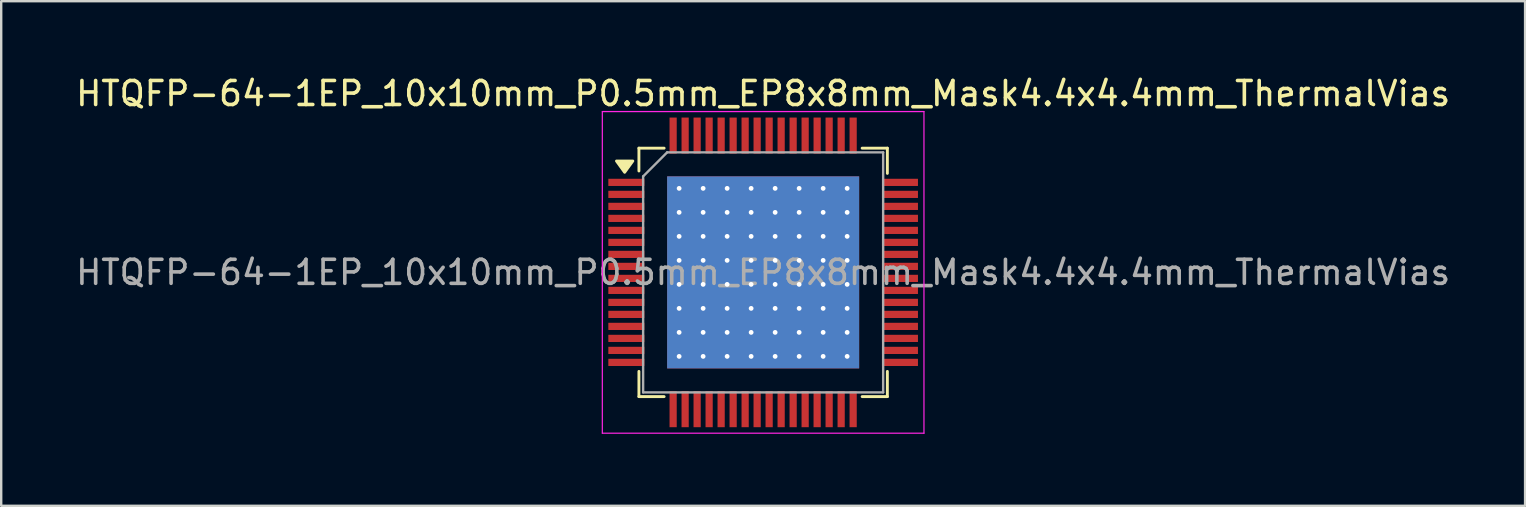
<source format=kicad_pcb>
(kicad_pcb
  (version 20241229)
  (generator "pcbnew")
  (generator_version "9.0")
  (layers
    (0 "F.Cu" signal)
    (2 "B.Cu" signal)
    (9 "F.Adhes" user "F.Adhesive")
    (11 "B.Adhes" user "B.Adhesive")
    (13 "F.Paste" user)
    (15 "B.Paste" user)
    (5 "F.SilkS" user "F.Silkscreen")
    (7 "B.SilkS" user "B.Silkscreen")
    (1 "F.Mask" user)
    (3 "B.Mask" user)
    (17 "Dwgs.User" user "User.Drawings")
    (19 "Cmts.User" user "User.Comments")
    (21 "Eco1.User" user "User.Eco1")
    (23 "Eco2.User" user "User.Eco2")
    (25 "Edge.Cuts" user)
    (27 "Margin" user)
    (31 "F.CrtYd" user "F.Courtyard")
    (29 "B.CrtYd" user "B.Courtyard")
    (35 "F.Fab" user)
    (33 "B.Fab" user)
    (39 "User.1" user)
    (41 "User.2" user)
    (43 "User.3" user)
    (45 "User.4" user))
  (footprint "HTQFP-64-1EP_10x10mm_P0.5mm_EP8x8mm_Mask4.4x4.4mm_ThermalVias"
    (layer "F.Cu")
    (at 28.744 8.298)
    (property "Reference" "HTQFP-64-1EP_10x10mm_P0.5mm_EP8x8mm_Mask4.4x4.4mm_ThermalVias" (at 0 -7.45 0) (layer "F.SilkS") (effects (font (size 1 1) (thickness 0.15))))
    (attr smd)
    (fp_line (start -5.175 -5.175) (end -5.175 -4.225) (stroke (width 0.12) (type solid)) (layer "F.SilkS"))
    (fp_line (start -5.175 -5.175) (end -4.125 -5.175) (stroke (width 0.12) (type solid)) (layer "F.SilkS"))
    (fp_line (start -5.175 5.175) (end -5.175 4.125) (stroke (width 0.12) (type solid)) (layer "F.SilkS"))
    (fp_line (start -5.175 5.175) (end -4.125 5.175) (stroke (width 0.12) (type solid)) (layer "F.SilkS"))
    (fp_line (start 5.175 -5.175) (end 4.125 -5.175) (stroke (width 0.12) (type solid)) (layer "F.SilkS"))
    (fp_line (start 5.175 -5.175) (end 5.175 -4.125) (stroke (width 0.12) (type solid)) (layer "F.SilkS"))
    (fp_line (start 5.175 5.175) (end 4.125 5.175) (stroke (width 0.12) (type solid)) (layer "F.SilkS"))
    (fp_line (start 5.175 5.175) (end 5.175 4.125) (stroke (width 0.12) (type solid)) (layer "F.SilkS"))
    (fp_poly (pts (xy -5.77 -4.17) (xy -6.11 -4.64) (xy -5.43 -4.64) (xy -5.77 -4.17)) (stroke (width 0.12) (type solid)) (fill yes) (layer "F.SilkS"))
    (fp_line (start -6.7 -6.7) (end -6.7 6.7) (stroke (width 0.05) (type solid)) (layer "F.CrtYd"))
    (fp_line (start -6.7 -6.7) (end 6.7 -6.7) (stroke (width 0.05) (type solid)) (layer "F.CrtYd"))
    (fp_line (start -6.7 6.7) (end 6.7 6.7) (stroke (width 0.05) (type solid)) (layer "F.CrtYd"))
    (fp_line (start 6.7 -6.7) (end 6.7 6.7) (stroke (width 0.05) (type solid)) (layer "F.CrtYd"))
    (fp_line (start -5 -4) (end -4 -5) (stroke (width 0.1) (type solid)) (layer "F.Fab"))
    (fp_line (start -5 5) (end -5 -4) (stroke (width 0.1) (type solid)) (layer "F.Fab"))
    (fp_line (start -4 -5) (end 5 -5) (stroke (width 0.1) (type solid)) (layer "F.Fab"))
    (fp_line (start 5 -5) (end 5 5) (stroke (width 0.1) (type solid)) (layer "F.Fab"))
    (fp_line (start 5 5) (end -5 5) (stroke (width 0.1) (type solid)) (layer "F.Fab"))
    (fp_text user "${REFERENCE}" (at 0 0 0) (layer "F.Fab") (effects (font (size 1 1) (thickness 0.15))))
    (pad "" smd rect (at -1.1 -1.1 180) (size 1.75 1.75) (layers "F.Paste"))
    (pad "" smd rect (at -1.1 1.1 180) (size 1.75 1.75) (layers "F.Paste"))
    (pad "" smd rect (at 0 0 180) (size 4.4 4.4) (layers "F.Mask"))
    (pad "" smd rect (at 1.1 -1.1 180) (size 1.75 1.75) (layers "F.Paste"))
    (pad "" smd rect (at 1.1 1.1 180) (size 1.75 1.75) (layers "F.Paste"))
    (pad "1" smd rect (at -5.7 -3.75) (size 1.5 0.3) (layers "F.Cu" "F.Mask" "F.Paste"))
    (pad "2" smd rect (at -5.7 -3.25) (size 1.5 0.3) (layers "F.Cu" "F.Mask" "F.Paste"))
    (pad "3" smd rect (at -5.7 -2.75) (size 1.5 0.3) (layers "F.Cu" "F.Mask" "F.Paste"))
    (pad "4" smd rect (at -5.7 -2.25) (size 1.5 0.3) (layers "F.Cu" "F.Mask" "F.Paste"))
    (pad "5" smd rect (at -5.7 -1.75) (size 1.5 0.3) (layers "F.Cu" "F.Mask" "F.Paste"))
    (pad "6" smd rect (at -5.7 -1.25) (size 1.5 0.3) (layers "F.Cu" "F.Mask" "F.Paste"))
    (pad "7" smd rect (at -5.7 -0.75) (size 1.5 0.3) (layers "F.Cu" "F.Mask" "F.Paste"))
    (pad "8" smd rect (at -5.7 -0.25) (size 1.5 0.3) (layers "F.Cu" "F.Mask" "F.Paste"))
    (pad "9" smd rect (at -5.7 0.25) (size 1.5 0.3) (layers "F.Cu" "F.Mask" "F.Paste"))
    (pad "10" smd rect (at -5.7 0.75) (size 1.5 0.3) (layers "F.Cu" "F.Mask" "F.Paste"))
    (pad "11" smd rect (at -5.7 1.25) (size 1.5 0.3) (layers "F.Cu" "F.Mask" "F.Paste"))
    (pad "12" smd rect (at -5.7 1.75) (size 1.5 0.3) (layers "F.Cu" "F.Mask" "F.Paste"))
    (pad "13" smd rect (at -5.7 2.25) (size 1.5 0.3) (layers "F.Cu" "F.Mask" "F.Paste"))
    (pad "14" smd rect (at -5.7 2.75) (size 1.5 0.3) (layers "F.Cu" "F.Mask" "F.Paste"))
    (pad "15" smd rect (at -5.7 3.25) (size 1.5 0.3) (layers "F.Cu" "F.Mask" "F.Paste"))
    (pad "16" smd rect (at -5.7 3.75) (size 1.5 0.3) (layers "F.Cu" "F.Mask" "F.Paste"))
    (pad "17" smd rect (at -3.75 5.7 90) (size 1.5 0.3) (layers "F.Cu" "F.Mask" "F.Paste"))
    (pad "18" smd rect (at -3.25 5.7 90) (size 1.5 0.3) (layers "F.Cu" "F.Mask" "F.Paste"))
    (pad "19" smd rect (at -2.75 5.7 90) (size 1.5 0.3) (layers "F.Cu" "F.Mask" "F.Paste"))
    (pad "20" smd rect (at -2.25 5.7 90) (size 1.5 0.3) (layers "F.Cu" "F.Mask" "F.Paste"))
    (pad "21" smd rect (at -1.75 5.7 90) (size 1.5 0.3) (layers "F.Cu" "F.Mask" "F.Paste"))
    (pad "22" smd rect (at -1.25 5.7 90) (size 1.5 0.3) (layers "F.Cu" "F.Mask" "F.Paste"))
    (pad "23" smd rect (at -0.75 5.7 90) (size 1.5 0.3) (layers "F.Cu" "F.Mask" "F.Paste"))
    (pad "24" smd rect (at -0.25 5.7 90) (size 1.5 0.3) (layers "F.Cu" "F.Mask" "F.Paste"))
    (pad "25" smd rect (at 0.25 5.7 90) (size 1.5 0.3) (layers "F.Cu" "F.Mask" "F.Paste"))
    (pad "26" smd rect (at 0.75 5.7 90) (size 1.5 0.3) (layers "F.Cu" "F.Mask" "F.Paste"))
    (pad "27" smd rect (at 1.25 5.7 90) (size 1.5 0.3) (layers "F.Cu" "F.Mask" "F.Paste"))
    (pad "28" smd rect (at 1.75 5.7 90) (size 1.5 0.3) (layers "F.Cu" "F.Mask" "F.Paste"))
    (pad "29" smd rect (at 2.25 5.7 90) (size 1.5 0.3) (layers "F.Cu" "F.Mask" "F.Paste"))
    (pad "30" smd rect (at 2.75 5.7 90) (size 1.5 0.3) (layers "F.Cu" "F.Mask" "F.Paste"))
    (pad "31" smd rect (at 3.25 5.7 90) (size 1.5 0.3) (layers "F.Cu" "F.Mask" "F.Paste"))
    (pad "32" smd rect (at 3.75 5.7 90) (size 1.5 0.3) (layers "F.Cu" "F.Mask" "F.Paste"))
    (pad "33" smd rect (at 5.7 3.75) (size 1.5 0.3) (layers "F.Cu" "F.Mask" "F.Paste"))
    (pad "34" smd rect (at 5.7 3.25) (size 1.5 0.3) (layers "F.Cu" "F.Mask" "F.Paste"))
    (pad "35" smd rect (at 5.7 2.75) (size 1.5 0.3) (layers "F.Cu" "F.Mask" "F.Paste"))
    (pad "36" smd rect (at 5.7 2.25) (size 1.5 0.3) (layers "F.Cu" "F.Mask" "F.Paste"))
    (pad "37" smd rect (at 5.7 1.75) (size 1.5 0.3) (layers "F.Cu" "F.Mask" "F.Paste"))
    (pad "38" smd rect (at 5.7 1.25) (size 1.5 0.3) (layers "F.Cu" "F.Mask" "F.Paste"))
    (pad "39" smd rect (at 5.7 0.75) (size 1.5 0.3) (layers "F.Cu" "F.Mask" "F.Paste"))
    (pad "40" smd rect (at 5.7 0.25) (size 1.5 0.3) (layers "F.Cu" "F.Mask" "F.Paste"))
    (pad "41" smd rect (at 5.7 -0.25) (size 1.5 0.3) (layers "F.Cu" "F.Mask" "F.Paste"))
    (pad "42" smd rect (at 5.7 -0.75) (size 1.5 0.3) (layers "F.Cu" "F.Mask" "F.Paste"))
    (pad "43" smd rect (at 5.7 -1.25) (size 1.5 0.3) (layers "F.Cu" "F.Mask" "F.Paste"))
    (pad "44" smd rect (at 5.7 -1.75) (size 1.5 0.3) (layers "F.Cu" "F.Mask" "F.Paste"))
    (pad "45" smd rect (at 5.7 -2.25) (size 1.5 0.3) (layers "F.Cu" "F.Mask" "F.Paste"))
    (pad "46" smd rect (at 5.7 -2.75) (size 1.5 0.3) (layers "F.Cu" "F.Mask" "F.Paste"))
    (pad "47" smd rect (at 5.7 -3.25) (size 1.5 0.3) (layers "F.Cu" "F.Mask" "F.Paste"))
    (pad "48" smd rect (at 5.7 -3.75) (size 1.5 0.3) (layers "F.Cu" "F.Mask" "F.Paste"))
    (pad "49" smd rect (at 3.75 -5.7 90) (size 1.5 0.3) (layers "F.Cu" "F.Mask" "F.Paste"))
    (pad "50" smd rect (at 3.25 -5.7 90) (size 1.5 0.3) (layers "F.Cu" "F.Mask" "F.Paste"))
    (pad "51" smd rect (at 2.75 -5.7 90) (size 1.5 0.3) (layers "F.Cu" "F.Mask" "F.Paste"))
    (pad "52" smd rect (at 2.25 -5.7 90) (size 1.5 0.3) (layers "F.Cu" "F.Mask" "F.Paste"))
    (pad "53" smd rect (at 1.75 -5.7 90) (size 1.5 0.3) (layers "F.Cu" "F.Mask" "F.Paste"))
    (pad "54" smd rect (at 1.25 -5.7 90) (size 1.5 0.3) (layers "F.Cu" "F.Mask" "F.Paste"))
    (pad "55" smd rect (at 0.75 -5.7 90) (size 1.5 0.3) (layers "F.Cu" "F.Mask" "F.Paste"))
    (pad "56" smd rect (at 0.25 -5.7 90) (size 1.5 0.3) (layers "F.Cu" "F.Mask" "F.Paste"))
    (pad "57" smd rect (at -0.25 -5.7 90) (size 1.5 0.3) (layers "F.Cu" "F.Mask" "F.Paste"))
    (pad "58" smd rect (at -0.75 -5.7 90) (size 1.5 0.3) (layers "F.Cu" "F.Mask" "F.Paste"))
    (pad "59" smd rect (at -1.25 -5.7 90) (size 1.5 0.3) (layers "F.Cu" "F.Mask" "F.Paste"))
    (pad "60" smd rect (at -1.75 -5.7 90) (size 1.5 0.3) (layers "F.Cu" "F.Mask" "F.Paste"))
    (pad "61" smd rect (at -2.25 -5.7 90) (size 1.5 0.3) (layers "F.Cu" "F.Mask" "F.Paste"))
    (pad "62" smd rect (at -2.75 -5.7 90) (size 1.5 0.3) (layers "F.Cu" "F.Mask" "F.Paste"))
    (pad "63" smd rect (at -3.25 -5.7 90) (size 1.5 0.3) (layers "F.Cu" "F.Mask" "F.Paste"))
    (pad "64" smd rect (at -3.75 -5.7 90) (size 1.5 0.3) (layers "F.Cu" "F.Mask" "F.Paste"))
    (pad "65" thru_hole circle (at -3.5 -3.5 90) (size 0.5 0.5) (drill 0.2) (layers "*.Cu"))
    (pad "65" thru_hole circle (at -3.5 -2.5 90) (size 0.5 0.5) (drill 0.2) (layers "*.Cu"))
    (pad "65" thru_hole circle (at -3.5 -1.5 90) (size 0.5 0.5) (drill 0.2) (layers "*.Cu"))
    (pad "65" thru_hole circle (at -3.5 -0.5 90) (size 0.5 0.5) (drill 0.2) (layers "*.Cu"))
    (pad "65" thru_hole circle (at -3.5 0.5 90) (size 0.5 0.5) (drill 0.2) (layers "*.Cu"))
    (pad "65" thru_hole circle (at -3.5 1.5 90) (size 0.5 0.5) (drill 0.2) (layers "*.Cu"))
    (pad "65" thru_hole circle (at -3.5 2.5 90) (size 0.5 0.5) (drill 0.2) (layers "*.Cu"))
    (pad "65" thru_hole circle (at -3.5 3.5 90) (size 0.5 0.5) (drill 0.2) (layers "*.Cu"))
    (pad "65" thru_hole circle (at -2.5 -3.5 90) (size 0.5 0.5) (drill 0.2) (layers "*.Cu"))
    (pad "65" thru_hole circle (at -2.5 -2.5 90) (size 0.5 0.5) (drill 0.2) (layers "*.Cu"))
    (pad "65" thru_hole circle (at -2.5 -1.5 90) (size 0.5 0.5) (drill 0.2) (layers "*.Cu"))
    (pad "65" thru_hole circle (at -2.5 -0.5 90) (size 0.5 0.5) (drill 0.2) (layers "*.Cu"))
    (pad "65" thru_hole circle (at -2.5 0.5 90) (size 0.5 0.5) (drill 0.2) (layers "*.Cu"))
    (pad "65" thru_hole circle (at -2.5 1.5 90) (size 0.5 0.5) (drill 0.2) (layers "*.Cu"))
    (pad "65" thru_hole circle (at -2.5 2.5 90) (size 0.5 0.5) (drill 0.2) (layers "*.Cu"))
    (pad "65" thru_hole circle (at -2.5 3.5 90) (size 0.5 0.5) (drill 0.2) (layers "*.Cu"))
    (pad "65" thru_hole circle (at -1.5 -3.5 90) (size 0.5 0.5) (drill 0.2) (layers "*.Cu"))
    (pad "65" thru_hole circle (at -1.5 -2.5 90) (size 0.5 0.5) (drill 0.2) (layers "*.Cu"))
    (pad "65" thru_hole circle (at -1.5 -1.5 90) (size 0.5 0.5) (drill 0.2) (layers "*.Cu"))
    (pad "65" thru_hole circle (at -1.5 -0.5 90) (size 0.5 0.5) (drill 0.2) (layers "*.Cu"))
    (pad "65" thru_hole circle (at -1.5 0.5 90) (size 0.5 0.5) (drill 0.2) (layers "*.Cu"))
    (pad "65" thru_hole circle (at -1.5 1.5 90) (size 0.5 0.5) (drill 0.2) (layers "*.Cu"))
    (pad "65" thru_hole circle (at -1.5 2.5 90) (size 0.5 0.5) (drill 0.2) (layers "*.Cu"))
    (pad "65" thru_hole circle (at -1.5 3.5 90) (size 0.5 0.5) (drill 0.2) (layers "*.Cu"))
    (pad "65" thru_hole circle (at -0.5 -3.5 90) (size 0.5 0.5) (drill 0.2) (layers "*.Cu"))
    (pad "65" thru_hole circle (at -0.5 -2.5 90) (size 0.5 0.5) (drill 0.2) (layers "*.Cu"))
    (pad "65" thru_hole circle (at -0.5 -1.5 90) (size 0.5 0.5) (drill 0.2) (layers "*.Cu"))
    (pad "65" thru_hole circle (at -0.5 -0.5 90) (size 0.5 0.5) (drill 0.2) (layers "*.Cu"))
    (pad "65" thru_hole circle (at -0.5 0.5 90) (size 0.5 0.5) (drill 0.2) (layers "*.Cu"))
    (pad "65" thru_hole circle (at -0.5 1.5 90) (size 0.5 0.5) (drill 0.2) (layers "*.Cu"))
    (pad "65" thru_hole circle (at -0.5 2.5 90) (size 0.5 0.5) (drill 0.2) (layers "*.Cu"))
    (pad "65" thru_hole circle (at -0.5 3.5 90) (size 0.5 0.5) (drill 0.2) (layers "*.Cu"))
    (pad "65" smd rect (at 0 0 180) (size 8 8) (layers "F.Cu"))
    (pad "65" smd rect (at 0 0 180) (size 8 8) (layers "B.Cu"))
    (pad "65" thru_hole circle (at 0.5 -3.5 90) (size 0.5 0.5) (drill 0.2) (layers "*.Cu"))
    (pad "65" thru_hole circle (at 0.5 -2.5 90) (size 0.5 0.5) (drill 0.2) (layers "*.Cu"))
    (pad "65" thru_hole circle (at 0.5 -1.5 90) (size 0.5 0.5) (drill 0.2) (layers "*.Cu"))
    (pad "65" thru_hole circle (at 0.5 -0.5 90) (size 0.5 0.5) (drill 0.2) (layers "*.Cu"))
    (pad "65" thru_hole circle (at 0.5 0.5 90) (size 0.5 0.5) (drill 0.2) (layers "*.Cu"))
    (pad "65" thru_hole circle (at 0.5 1.5 90) (size 0.5 0.5) (drill 0.2) (layers "*.Cu"))
    (pad "65" thru_hole circle (at 0.5 2.5 90) (size 0.5 0.5) (drill 0.2) (layers "*.Cu"))
    (pad "65" thru_hole circle (at 0.5 3.5 90) (size 0.5 0.5) (drill 0.2) (layers "*.Cu"))
    (pad "65" thru_hole circle (at 1.5 -3.5 90) (size 0.5 0.5) (drill 0.2) (layers "*.Cu"))
    (pad "65" thru_hole circle (at 1.5 -2.5 90) (size 0.5 0.5) (drill 0.2) (layers "*.Cu"))
    (pad "65" thru_hole circle (at 1.5 -1.5 90) (size 0.5 0.5) (drill 0.2) (layers "*.Cu"))
    (pad "65" thru_hole circle (at 1.5 -0.5 90) (size 0.5 0.5) (drill 0.2) (layers "*.Cu"))
    (pad "65" thru_hole circle (at 1.5 0.5 90) (size 0.5 0.5) (drill 0.2) (layers "*.Cu"))
    (pad "65" thru_hole circle (at 1.5 1.5 90) (size 0.5 0.5) (drill 0.2) (layers "*.Cu"))
    (pad "65" thru_hole circle (at 1.5 2.5 90) (size 0.5 0.5) (drill 0.2) (layers "*.Cu"))
    (pad "65" thru_hole circle (at 1.5 3.5 90) (size 0.5 0.5) (drill 0.2) (layers "*.Cu"))
    (pad "65" thru_hole circle (at 2.5 -3.5 90) (size 0.5 0.5) (drill 0.2) (layers "*.Cu"))
    (pad "65" thru_hole circle (at 2.5 -2.5 90) (size 0.5 0.5) (drill 0.2) (layers "*.Cu"))
    (pad "65" thru_hole circle (at 2.5 -1.5 90) (size 0.5 0.5) (drill 0.2) (layers "*.Cu"))
    (pad "65" thru_hole circle (at 2.5 -0.5 90) (size 0.5 0.5) (drill 0.2) (layers "*.Cu"))
    (pad "65" thru_hole circle (at 2.5 0.5 90) (size 0.5 0.5) (drill 0.2) (layers "*.Cu"))
    (pad "65" thru_hole circle (at 2.5 1.5 90) (size 0.5 0.5) (drill 0.2) (layers "*.Cu"))
    (pad "65" thru_hole circle (at 2.5 2.5 90) (size 0.5 0.5) (drill 0.2) (layers "*.Cu"))
    (pad "65" thru_hole circle (at 2.5 3.5 90) (size 0.5 0.5) (drill 0.2) (layers "*.Cu"))
    (pad "65" thru_hole circle (at 3.5 -3.5 90) (size 0.5 0.5) (drill 0.2) (layers "*.Cu"))
    (pad "65" thru_hole circle (at 3.5 -2.5 90) (size 0.5 0.5) (drill 0.2) (layers "*.Cu"))
    (pad "65" thru_hole circle (at 3.5 -1.5 90) (size 0.5 0.5) (drill 0.2) (layers "*.Cu"))
    (pad "65" thru_hole circle (at 3.5 -0.5 90) (size 0.5 0.5) (drill 0.2) (layers "*.Cu"))
    (pad "65" thru_hole circle (at 3.5 0.5 90) (size 0.5 0.5) (drill 0.2) (layers "*.Cu"))
    (pad "65" thru_hole circle (at 3.5 1.5 90) (size 0.5 0.5) (drill 0.2) (layers "*.Cu"))
    (pad "65" thru_hole circle (at 3.5 2.5 90) (size 0.5 0.5) (drill 0.2) (layers "*.Cu"))
    (pad "65" thru_hole circle (at 3.5 3.5 90) (size 0.5 0.5) (drill 0.2) (layers "*.Cu")))
  (gr_rect
    (start -3 -3)
    (end 60.488 18.023)
    (stroke (width 0.1) (type default))
    (fill no)
    (layer "Edge.Cuts")))
</source>
